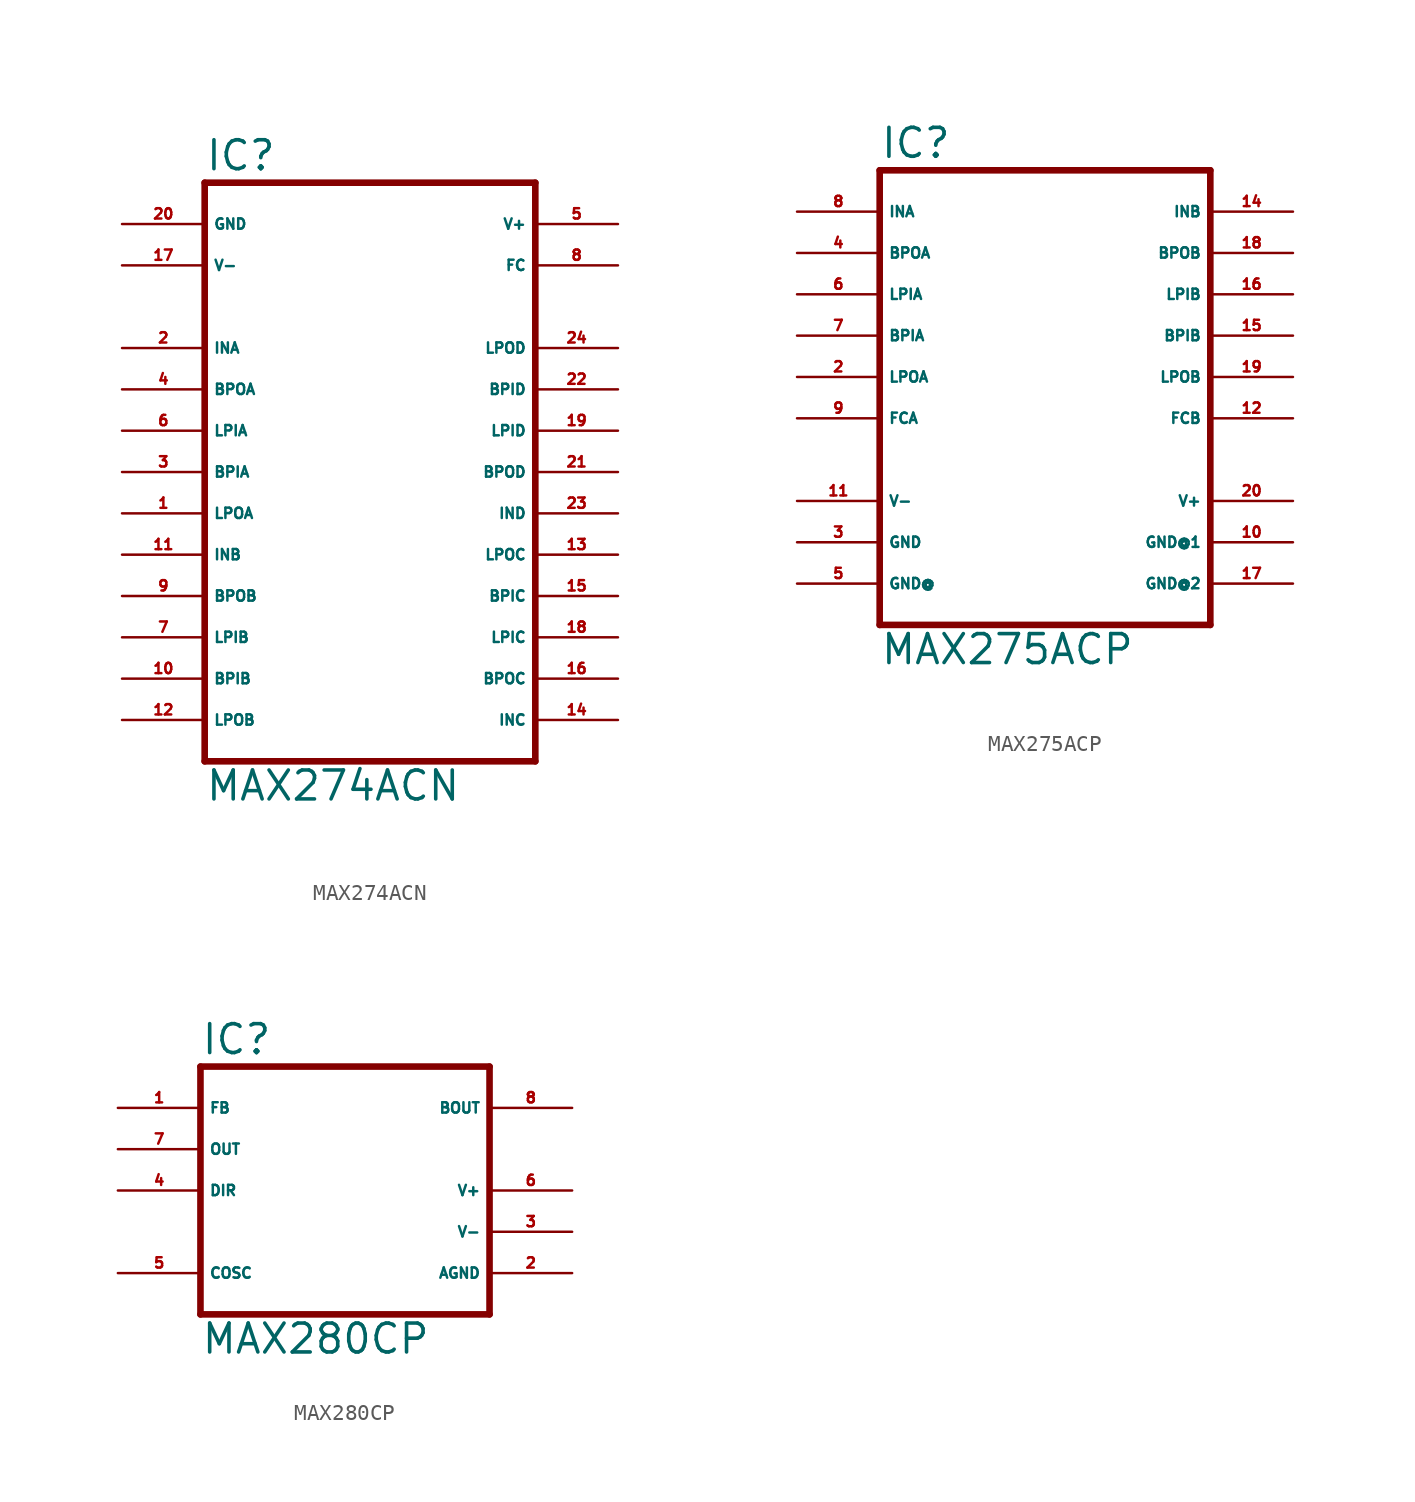
<source format=kicad_sym>
(kicad_symbol_lib
  (version 20220914)
  (generator Eagle2Kicad)
  (symbol "MAX274ACN"
    (property "Reference" "IC"
      (at -10.16 18.415 0)
      (effects (font (size 1.778 1.778) (thickness 0.22)) (justify left bottom)))
    (property "Value" "MAX274ACN"
      (at -10.16 -20.32 0)
      (effects (font (size 1.778 1.778) (thickness 0.22)) (justify left bottom)))
    (polyline
      (pts (xy 10.16 -17.78) (xy -10.16 -17.78))
      (stroke (width 0.406) (type default))
      (fill (type none)))
    (polyline
      (pts (xy -10.16 17.78) (xy -10.16 -17.78))
      (stroke (width 0.406) (type default))
      (fill (type none)))
    (polyline
      (pts (xy -10.16 17.78) (xy 10.16 17.78))
      (stroke (width 0.406) (type default))
      (fill (type none)))
    (polyline
      (pts (xy 10.16 -17.78) (xy 10.16 17.78))
      (stroke (width 0.406) (type default))
      (fill (type none)))
    (pin input line
      (at -15.24 7.62 0)
      (length 5.08)
      (name "INA" (effects (font (size 0.635 0.635) (thickness 0.08)) (justify left bottom)))
      (number "2" (effects (font (size 0.635 0.635) (thickness 0.08)) (justify left bottom))))
    (pin unspecified line
      (at -15.24 15.24 0)
      (length 5.08)
      (name "GND" (effects (font (size 0.635 0.635) (thickness 0.08)) (justify left bottom)))
      (number "20" (effects (font (size 0.635 0.635) (thickness 0.08)) (justify left bottom))))
    (pin unspecified line
      (at 15.24 15.24 180)
      (length 5.08)
      (name "V+" (effects (font (size 0.635 0.635) (thickness 0.08)) (justify left bottom)))
      (number "5" (effects (font (size 0.635 0.635) (thickness 0.08)) (justify left bottom))))
    (pin output line
      (at -15.24 5.08 0)
      (length 5.08)
      (name "BPOA" (effects (font (size 0.635 0.635) (thickness 0.08)) (justify left bottom)))
      (number "4" (effects (font (size 0.635 0.635) (thickness 0.08)) (justify left bottom))))
    (pin unspecified line
      (at -15.24 12.7 0)
      (length 5.08)
      (name "V-" (effects (font (size 0.635 0.635) (thickness 0.08)) (justify left bottom)))
      (number "17" (effects (font (size 0.635 0.635) (thickness 0.08)) (justify left bottom))))
    (pin input line
      (at -15.24 2.54 0)
      (length 5.08)
      (name "LPIA" (effects (font (size 0.635 0.635) (thickness 0.08)) (justify left bottom)))
      (number "6" (effects (font (size 0.635 0.635) (thickness 0.08)) (justify left bottom))))
    (pin input line
      (at -15.24 0 0)
      (length 5.08)
      (name "BPIA" (effects (font (size 0.635 0.635) (thickness 0.08)) (justify left bottom)))
      (number "3" (effects (font (size 0.635 0.635) (thickness 0.08)) (justify left bottom))))
    (pin output line
      (at -15.24 -2.54 0)
      (length 5.08)
      (name "LPOA" (effects (font (size 0.635 0.635) (thickness 0.08)) (justify left bottom)))
      (number "1" (effects (font (size 0.635 0.635) (thickness 0.08)) (justify left bottom))))
    (pin input line
      (at -15.24 -5.08 0)
      (length 5.08)
      (name "INB" (effects (font (size 0.635 0.635) (thickness 0.08)) (justify left bottom)))
      (number "11" (effects (font (size 0.635 0.635) (thickness 0.08)) (justify left bottom))))
    (pin output line
      (at -15.24 -7.62 0)
      (length 5.08)
      (name "BPOB" (effects (font (size 0.635 0.635) (thickness 0.08)) (justify left bottom)))
      (number "9" (effects (font (size 0.635 0.635) (thickness 0.08)) (justify left bottom))))
    (pin input line
      (at -15.24 -10.16 0)
      (length 5.08)
      (name "LPIB" (effects (font (size 0.635 0.635) (thickness 0.08)) (justify left bottom)))
      (number "7" (effects (font (size 0.635 0.635) (thickness 0.08)) (justify left bottom))))
    (pin input line
      (at -15.24 -12.7 0)
      (length 5.08)
      (name "BPIB" (effects (font (size 0.635 0.635) (thickness 0.08)) (justify left bottom)))
      (number "10" (effects (font (size 0.635 0.635) (thickness 0.08)) (justify left bottom))))
    (pin output line
      (at -15.24 -15.24 0)
      (length 5.08)
      (name "LPOB" (effects (font (size 0.635 0.635) (thickness 0.08)) (justify left bottom)))
      (number "12" (effects (font (size 0.635 0.635) (thickness 0.08)) (justify left bottom))))
    (pin output line
      (at 15.24 -15.24 180)
      (length 5.08)
      (name "INC" (effects (font (size 0.635 0.635) (thickness 0.08)) (justify left bottom)))
      (number "14" (effects (font (size 0.635 0.635) (thickness 0.08)) (justify left bottom))))
    (pin input line
      (at 15.24 -12.7 180)
      (length 5.08)
      (name "BPOC" (effects (font (size 0.635 0.635) (thickness 0.08)) (justify left bottom)))
      (number "16" (effects (font (size 0.635 0.635) (thickness 0.08)) (justify left bottom))))
    (pin output line
      (at 15.24 -5.08 180)
      (length 5.08)
      (name "LPOC" (effects (font (size 0.635 0.635) (thickness 0.08)) (justify left bottom)))
      (number "13" (effects (font (size 0.635 0.635) (thickness 0.08)) (justify left bottom))))
    (pin input line
      (at 15.24 -10.16 180)
      (length 5.08)
      (name "LPIC" (effects (font (size 0.635 0.635) (thickness 0.08)) (justify left bottom)))
      (number "18" (effects (font (size 0.635 0.635) (thickness 0.08)) (justify left bottom))))
    (pin input line
      (at 15.24 -7.62 180)
      (length 5.08)
      (name "BPIC" (effects (font (size 0.635 0.635) (thickness 0.08)) (justify left bottom)))
      (number "15" (effects (font (size 0.635 0.635) (thickness 0.08)) (justify left bottom))))
    (pin input line
      (at 15.24 -2.54 180)
      (length 5.08)
      (name "IND" (effects (font (size 0.635 0.635) (thickness 0.08)) (justify left bottom)))
      (number "23" (effects (font (size 0.635 0.635) (thickness 0.08)) (justify left bottom))))
    (pin output line
      (at 15.24 0 180)
      (length 5.08)
      (name "BPOD" (effects (font (size 0.635 0.635) (thickness 0.08)) (justify left bottom)))
      (number "21" (effects (font (size 0.635 0.635) (thickness 0.08)) (justify left bottom))))
    (pin input line
      (at 15.24 2.54 180)
      (length 5.08)
      (name "LPID" (effects (font (size 0.635 0.635) (thickness 0.08)) (justify left bottom)))
      (number "19" (effects (font (size 0.635 0.635) (thickness 0.08)) (justify left bottom))))
    (pin input line
      (at 15.24 5.08 180)
      (length 5.08)
      (name "BPID" (effects (font (size 0.635 0.635) (thickness 0.08)) (justify left bottom)))
      (number "22" (effects (font (size 0.635 0.635) (thickness 0.08)) (justify left bottom))))
    (pin output line
      (at 15.24 7.62 180)
      (length 5.08)
      (name "LPOD" (effects (font (size 0.635 0.635) (thickness 0.08)) (justify left bottom)))
      (number "24" (effects (font (size 0.635 0.635) (thickness 0.08)) (justify left bottom))))
    (pin passive line
      (at 15.24 12.7 180)
      (length 5.08)
      (name "FC" (effects (font (size 0.635 0.635) (thickness 0.08)) (justify left bottom)))
      (number "8" (effects (font (size 0.635 0.635) (thickness 0.08)) (justify left bottom)))))
  (symbol "MAX275ACP"
    (property "Reference" "IC"
      (at -10.16 13.335 0)
      (effects (font (size 1.778 1.778) (thickness 0.22)) (justify left bottom)))
    (property "Value" "MAX275ACP"
      (at -10.16 -17.78 0)
      (effects (font (size 1.778 1.778) (thickness 0.22)) (justify left bottom)))
    (polyline
      (pts (xy 10.16 -15.24) (xy -10.16 -15.24))
      (stroke (width 0.406) (type default))
      (fill (type none)))
    (polyline
      (pts (xy -10.16 12.7) (xy -10.16 -15.24))
      (stroke (width 0.406) (type default))
      (fill (type none)))
    (polyline
      (pts (xy -10.16 12.7) (xy 10.16 12.7))
      (stroke (width 0.406) (type default))
      (fill (type none)))
    (polyline
      (pts (xy 10.16 -15.24) (xy 10.16 12.7))
      (stroke (width 0.406) (type default))
      (fill (type none)))
    (pin input line
      (at -15.24 10.16 0)
      (length 5.08)
      (name "INA" (effects (font (size 0.635 0.635) (thickness 0.08)) (justify left bottom)))
      (number "8" (effects (font (size 0.635 0.635) (thickness 0.08)) (justify left bottom))))
    (pin unspecified line
      (at 15.24 -10.16 180)
      (length 5.08)
      (name "GND@1" (effects (font (size 0.635 0.635) (thickness 0.08)) (justify left bottom)))
      (number "10" (effects (font (size 0.635 0.635) (thickness 0.08)) (justify left bottom))))
    (pin unspecified line
      (at 15.24 -7.62 180)
      (length 5.08)
      (name "V+" (effects (font (size 0.635 0.635) (thickness 0.08)) (justify left bottom)))
      (number "20" (effects (font (size 0.635 0.635) (thickness 0.08)) (justify left bottom))))
    (pin output line
      (at -15.24 7.62 0)
      (length 5.08)
      (name "BPOA" (effects (font (size 0.635 0.635) (thickness 0.08)) (justify left bottom)))
      (number "4" (effects (font (size 0.635 0.635) (thickness 0.08)) (justify left bottom))))
    (pin unspecified line
      (at -15.24 -7.62 0)
      (length 5.08)
      (name "V-" (effects (font (size 0.635 0.635) (thickness 0.08)) (justify left bottom)))
      (number "11" (effects (font (size 0.635 0.635) (thickness 0.08)) (justify left bottom))))
    (pin input line
      (at -15.24 5.08 0)
      (length 5.08)
      (name "LPIA" (effects (font (size 0.635 0.635) (thickness 0.08)) (justify left bottom)))
      (number "6" (effects (font (size 0.635 0.635) (thickness 0.08)) (justify left bottom))))
    (pin input line
      (at -15.24 2.54 0)
      (length 5.08)
      (name "BPIA" (effects (font (size 0.635 0.635) (thickness 0.08)) (justify left bottom)))
      (number "7" (effects (font (size 0.635 0.635) (thickness 0.08)) (justify left bottom))))
    (pin output line
      (at -15.24 0 0)
      (length 5.08)
      (name "LPOA" (effects (font (size 0.635 0.635) (thickness 0.08)) (justify left bottom)))
      (number "2" (effects (font (size 0.635 0.635) (thickness 0.08)) (justify left bottom))))
    (pin input line
      (at 15.24 10.16 180)
      (length 5.08)
      (name "INB" (effects (font (size 0.635 0.635) (thickness 0.08)) (justify left bottom)))
      (number "14" (effects (font (size 0.635 0.635) (thickness 0.08)) (justify left bottom))))
    (pin output line
      (at 15.24 7.62 180)
      (length 5.08)
      (name "BPOB" (effects (font (size 0.635 0.635) (thickness 0.08)) (justify left bottom)))
      (number "18" (effects (font (size 0.635 0.635) (thickness 0.08)) (justify left bottom))))
    (pin input line
      (at 15.24 5.08 180)
      (length 5.08)
      (name "LPIB" (effects (font (size 0.635 0.635) (thickness 0.08)) (justify left bottom)))
      (number "16" (effects (font (size 0.635 0.635) (thickness 0.08)) (justify left bottom))))
    (pin input line
      (at 15.24 2.54 180)
      (length 5.08)
      (name "BPIB" (effects (font (size 0.635 0.635) (thickness 0.08)) (justify left bottom)))
      (number "15" (effects (font (size 0.635 0.635) (thickness 0.08)) (justify left bottom))))
    (pin output line
      (at 15.24 0 180)
      (length 5.08)
      (name "LPOB" (effects (font (size 0.635 0.635) (thickness 0.08)) (justify left bottom)))
      (number "19" (effects (font (size 0.635 0.635) (thickness 0.08)) (justify left bottom))))
    (pin passive line
      (at 15.24 -2.54 180)
      (length 5.08)
      (name "FCB" (effects (font (size 0.635 0.635) (thickness 0.08)) (justify left bottom)))
      (number "12" (effects (font (size 0.635 0.635) (thickness 0.08)) (justify left bottom))))
    (pin passive line
      (at -15.24 -2.54 0)
      (length 5.08)
      (name "FCA" (effects (font (size 0.635 0.635) (thickness 0.08)) (justify left bottom)))
      (number "9" (effects (font (size 0.635 0.635) (thickness 0.08)) (justify left bottom))))
    (pin unspecified line
      (at 15.24 -12.7 180)
      (length 5.08)
      (name "GND@2" (effects (font (size 0.635 0.635) (thickness 0.08)) (justify left bottom)))
      (number "17" (effects (font (size 0.635 0.635) (thickness 0.08)) (justify left bottom))))
    (pin unspecified line
      (at -15.24 -10.16 0)
      (length 5.08)
      (name "GND" (effects (font (size 0.635 0.635) (thickness 0.08)) (justify left bottom)))
      (number "3" (effects (font (size 0.635 0.635) (thickness 0.08)) (justify left bottom))))
    (pin unspecified line
      (at -15.24 -12.7 0)
      (length 5.08)
      (name "GND@" (effects (font (size 0.635 0.635) (thickness 0.08)) (justify left bottom)))
      (number "5" (effects (font (size 0.635 0.635) (thickness 0.08)) (justify left bottom)))))
  (symbol "MAX280CP"
    (property "Reference" "IC"
      (at -10.16 8.255 0)
      (effects (font (size 1.778 1.778) (thickness 0.22)) (justify left bottom)))
    (property "Value" "MAX280CP"
      (at -10.16 -10.16 0)
      (effects (font (size 1.778 1.778) (thickness 0.22)) (justify left bottom)))
    (polyline
      (pts (xy 7.62 -7.62) (xy -10.16 -7.62))
      (stroke (width 0.406) (type default))
      (fill (type none)))
    (polyline
      (pts (xy -10.16 7.62) (xy -10.16 -7.62))
      (stroke (width 0.406) (type default))
      (fill (type none)))
    (polyline
      (pts (xy -10.16 7.62) (xy 7.62 7.62))
      (stroke (width 0.406) (type default))
      (fill (type none)))
    (polyline
      (pts (xy 7.62 -7.62) (xy 7.62 7.62))
      (stroke (width 0.406) (type default))
      (fill (type none)))
    (pin unspecified line
      (at 12.7 -5.08 180)
      (length 5.08)
      (name "AGND" (effects (font (size 0.635 0.635) (thickness 0.08)) (justify left bottom)))
      (number "2" (effects (font (size 0.635 0.635) (thickness 0.08)) (justify left bottom))))
    (pin unspecified line
      (at 12.7 0 180)
      (length 5.08)
      (name "V+" (effects (font (size 0.635 0.635) (thickness 0.08)) (justify left bottom)))
      (number "6" (effects (font (size 0.635 0.635) (thickness 0.08)) (justify left bottom))))
    (pin input line
      (at -15.24 5.08 0)
      (length 5.08)
      (name "FB" (effects (font (size 0.635 0.635) (thickness 0.08)) (justify left bottom)))
      (number "1" (effects (font (size 0.635 0.635) (thickness 0.08)) (justify left bottom))))
    (pin output line
      (at 12.7 5.08 180)
      (length 5.08)
      (name "BOUT" (effects (font (size 0.635 0.635) (thickness 0.08)) (justify left bottom)))
      (number "8" (effects (font (size 0.635 0.635) (thickness 0.08)) (justify left bottom))))
    (pin input line
      (at -15.24 0 0)
      (length 5.08)
      (name "DIR" (effects (font (size 0.635 0.635) (thickness 0.08)) (justify left bottom)))
      (number "4" (effects (font (size 0.635 0.635) (thickness 0.08)) (justify left bottom))))
    (pin input line
      (at -15.24 2.54 0)
      (length 5.08)
      (name "OUT" (effects (font (size 0.635 0.635) (thickness 0.08)) (justify left bottom)))
      (number "7" (effects (font (size 0.635 0.635) (thickness 0.08)) (justify left bottom))))
    (pin unspecified line
      (at 12.7 -2.54 180)
      (length 5.08)
      (name "V-" (effects (font (size 0.635 0.635) (thickness 0.08)) (justify left bottom)))
      (number "3" (effects (font (size 0.635 0.635) (thickness 0.08)) (justify left bottom))))
    (pin input line
      (at -15.24 -5.08 0)
      (length 5.08)
      (name "COSC" (effects (font (size 0.635 0.635) (thickness 0.08)) (justify left bottom)))
      (number "5" (effects (font (size 0.635 0.635) (thickness 0.08)) (justify left bottom))))))
</source>
